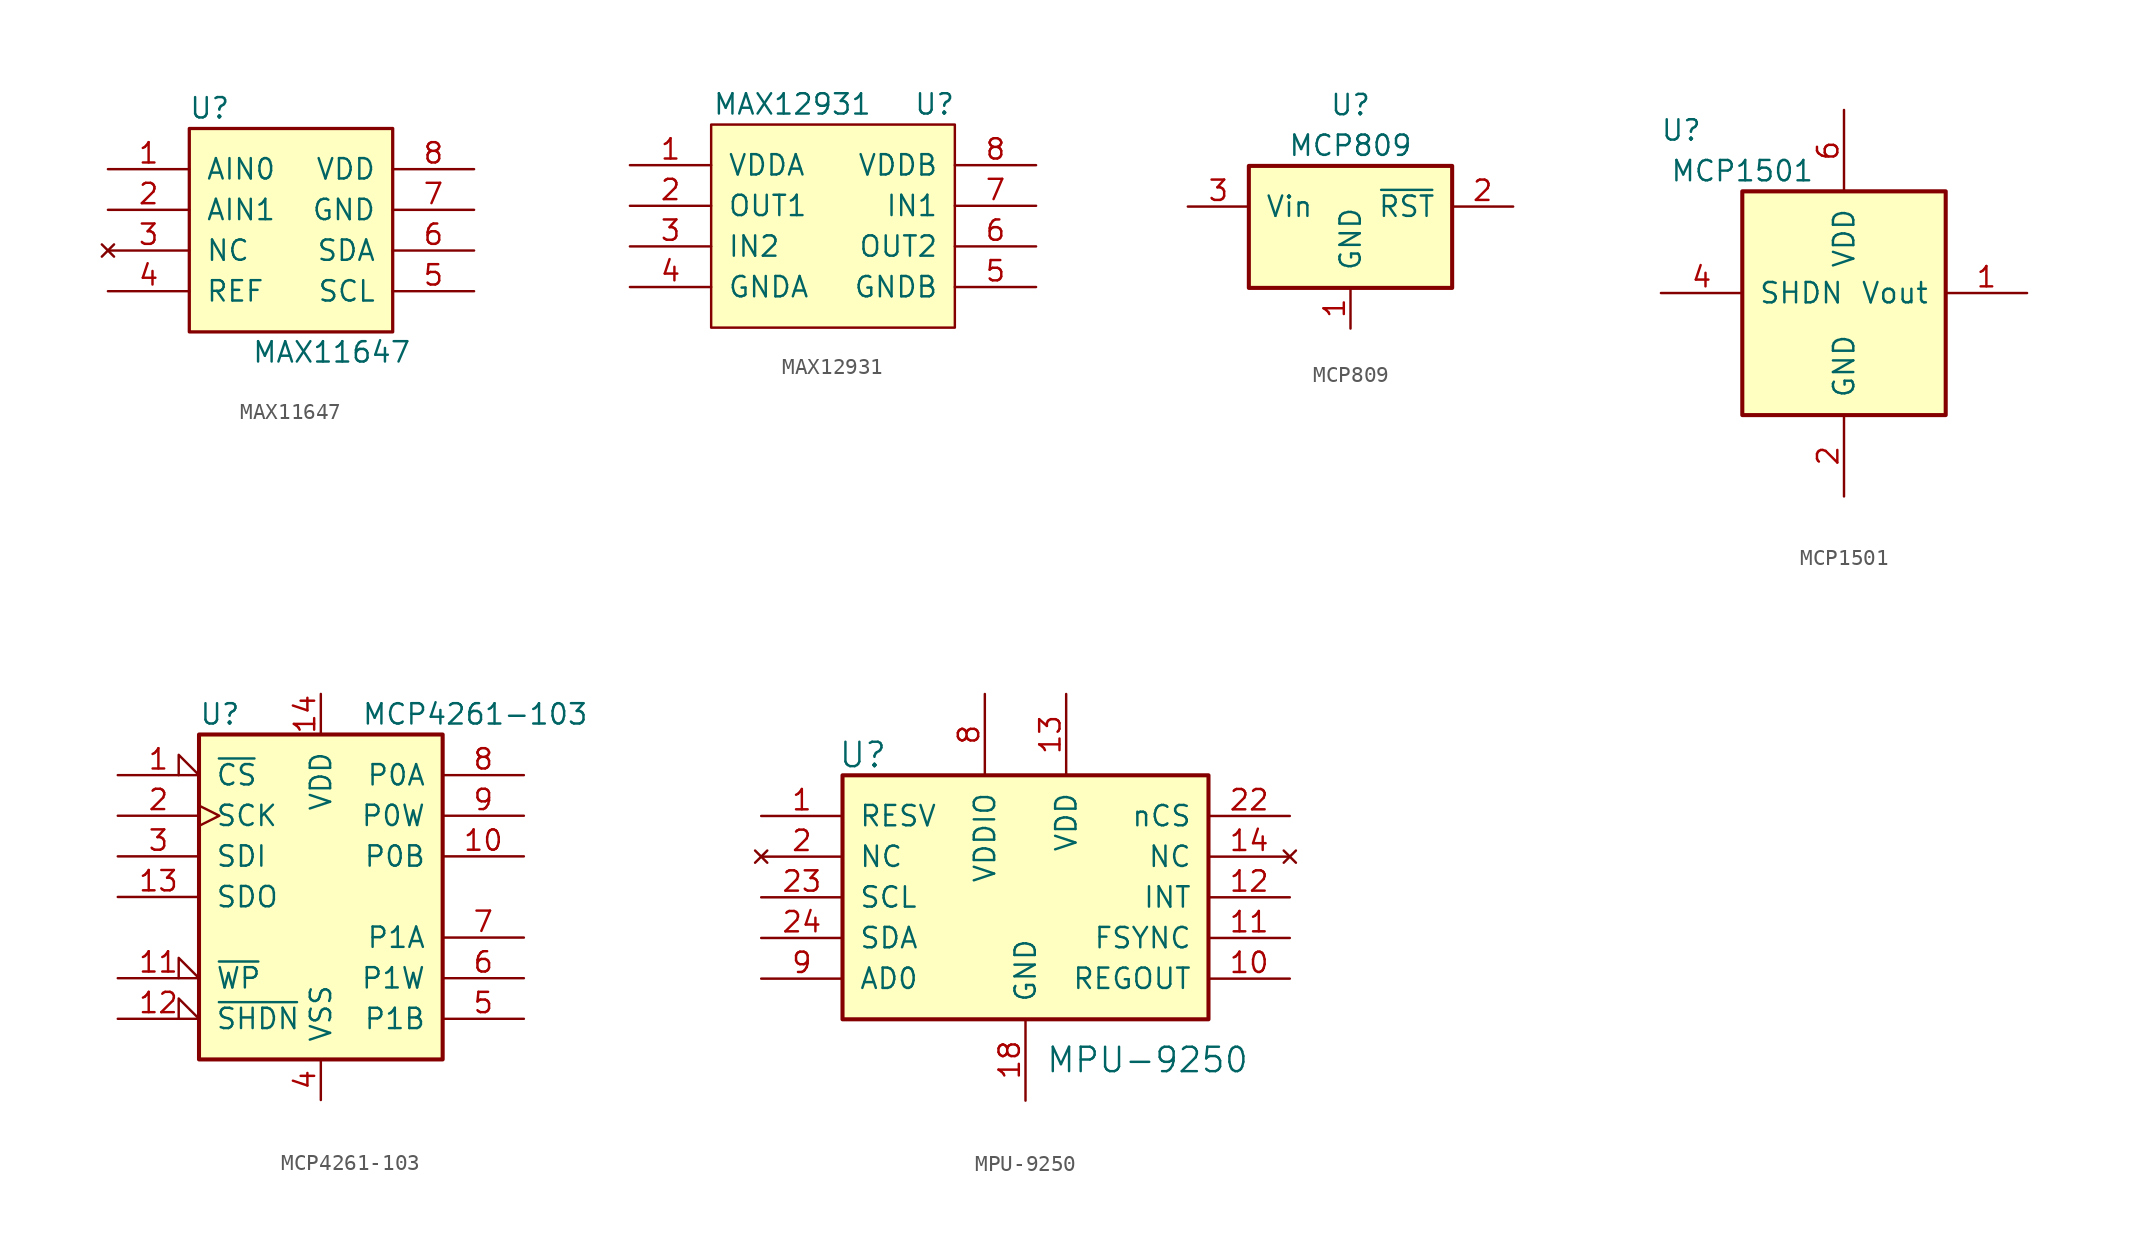
<source format=kicad_sym>
(kicad_symbol_lib
  (version 20211014)
  (generator kicad_symbol_editor)
  (symbol "MAX11647"
    (pin_names
      (offset 1.016))
    (property "Reference" "U"
      (at -5.08 7.62 0)
      (effects (font (size 1.27 1.27))))
    (property "Value" "MAX11647"
      (at 2.54 -7.62 0)
      (effects (font (size 1.27 1.27))))
    (symbol "MAX11647_0_1"
      (rectangle (start -6.35 6.35) (end 6.35 -6.35) (stroke (width 0.203) (type default) (color 0 0 0 0)) (fill (type background))))
    (symbol "MAX11647_1_1"
      (pin input line (at -11.43 3.81 0) (length 5.08) (name "AIN0" (effects (font (size 1.27 1.27)))) (number "1" (effects (font (size 1.27 1.27)))))
      (pin input line (at -11.43 1.27 0) (length 5.08) (name "AIN1" (effects (font (size 1.27 1.27)))) (number "2" (effects (font (size 1.27 1.27)))))
      (pin no_connect line (at -11.43 -1.27 0) (length 5.08) (name "NC" (effects (font (size 1.27 1.27)))) (number "3" (effects (font (size 1.27 1.27)))))
      (pin input line (at -11.43 -3.81 0) (length 5.08) (name "REF" (effects (font (size 1.27 1.27)))) (number "4" (effects (font (size 1.27 1.27)))))
      (pin input line (at 11.43 -3.81 180) (length 5.08) (name "SCL" (effects (font (size 1.27 1.27)))) (number "5" (effects (font (size 1.27 1.27)))))
      (pin input line (at 11.43 -1.27 180) (length 5.08) (name "SDA" (effects (font (size 1.27 1.27)))) (number "6" (effects (font (size 1.27 1.27)))))
      (pin input line (at 11.43 1.27 180) (length 5.08) (name "GND" (effects (font (size 1.27 1.27)))) (number "7" (effects (font (size 1.27 1.27)))))
      (pin input line (at 11.43 3.81 180) (length 5.08) (name "VDD" (effects (font (size 1.27 1.27)))) (number "8" (effects (font (size 1.27 1.27)))))))
  (symbol "MAX12931"
    (pin_names
      (offset 1.016))
    (property "Reference" "U"
      (at 6.35 7.62 0)
      (effects (font (size 1.27 1.27))))
    (property "Value" "MAX12931"
      (at -2.54 7.62 0)
      (effects (font (size 1.27 1.27))))
    (symbol "MAX12931_0_1"
      (rectangle (start -7.62 -6.35) (end 7.62 6.35) (stroke (width 0) (type default) (color 0 0 0 0)) (fill (type background))))
    (symbol "MAX12931_1_1"
      (pin input line (at -12.7 3.81 0) (length 5.08) (name "VDDA" (effects (font (size 1.27 1.27)))) (number "1" (effects (font (size 1.27 1.27)))))
      (pin output line (at -12.7 1.27 0) (length 5.08) (name "OUT1" (effects (font (size 1.27 1.27)))) (number "2" (effects (font (size 1.27 1.27)))))
      (pin input line (at -12.7 -1.27 0) (length 5.08) (name "IN2" (effects (font (size 1.27 1.27)))) (number "3" (effects (font (size 1.27 1.27)))))
      (pin power_in line (at -12.7 -3.81 0) (length 5.08) (name "GNDA" (effects (font (size 1.27 1.27)))) (number "4" (effects (font (size 1.27 1.27)))))
      (pin power_in line (at 12.7 -3.81 180) (length 5.08) (name "GNDB" (effects (font (size 1.27 1.27)))) (number "5" (effects (font (size 1.27 1.27)))))
      (pin output line (at 12.7 -1.27 180) (length 5.08) (name "OUT2" (effects (font (size 1.27 1.27)))) (number "6" (effects (font (size 1.27 1.27)))))
      (pin input line (at 12.7 1.27 180) (length 5.08) (name "IN1" (effects (font (size 1.27 1.27)))) (number "7" (effects (font (size 1.27 1.27)))))
      (pin power_out line (at 12.7 3.81 180) (length 5.08) (name "VDDB" (effects (font (size 1.27 1.27)))) (number "8" (effects (font (size 1.27 1.27)))))))
  (symbol "MCP809"
    (pin_names
      (offset 1.016))
    (property "Reference" "U"
      (at 0 7.62 0)
      (effects (font (size 1.27 1.27))))
    (property "Value" "MCP809"
      (at 0 5.08 0)
      (effects (font (size 1.27 1.27))))
    (symbol "MCP809_1_1"
      (rectangle (start -6.35 3.81) (end 6.35 -3.81) (stroke (width 0.254) (type default) (color 0 0 0 0)) (fill (type background)))
      (pin power_in line (at 0 -6.35 90) (length 2.54) (name "GND" (effects (font (size 1.27 1.27)))) (number "1" (effects (font (size 1.27 1.27)))))
      (pin output line (at 10.16 1.27 180) (length 3.81) (name "~{RST}" (effects (font (size 1.27 1.27)))) (number "2" (effects (font (size 1.27 1.27)))))
      (pin power_in line (at -10.16 1.27 0) (length 3.81) (name "Vin" (effects (font (size 1.27 1.27)))) (number "3" (effects (font (size 1.27 1.27)))))))
  (symbol "MCP1501"
    (pin_names
      (offset 1.016))
    (property "Reference" "U"
      (at -10.16 10.16 0)
      (effects (font (size 1.27 1.27))))
    (property "Value" "MCP1501"
      (at -6.35 7.62 0)
      (effects (font (size 1.27 1.27))))
    (symbol "MCP1501_0_1"
      (rectangle (start 6.35 6.35) (end -6.35 -7.62) (stroke (width 0.254) (type default) (color 0 0 0 0)) (fill (type background))))
    (symbol "MCP1501_1_1"
      (pin output line (at 11.43 0 180) (length 5.08) (name "Vout" (effects (font (size 1.27 1.27)))) (number "1" (effects (font (size 1.27 1.27)))))
      (pin power_in line (at 0 -12.7 90) (length 5.08) (name "GND" (effects (font (size 1.27 1.27)))) (number "2" (effects (font (size 1.27 1.27)))))
      (pin passive line (at 0 -12.7 90) (length 5.08) hide (name "GND" (effects (font (size 1.27 1.27)))) (number "3" (effects (font (size 1.27 1.27)))))
      (pin input line (at -11.43 0 0) (length 5.08) (name "SHDN" (effects (font (size 1.27 1.27)))) (number "4" (effects (font (size 1.27 1.27)))))
      (pin passive line (at 0 -12.7 90) (length 5.08) hide (name "GND" (effects (font (size 1.27 1.27)))) (number "5" (effects (font (size 1.27 1.27)))))
      (pin input line (at 0 11.43 270) (length 5.08) (name "VDD" (effects (font (size 1.27 1.27)))) (number "6" (effects (font (size 1.27 1.27)))))))
  (symbol "MCP4261-103"
    (pin_names
      (offset 1.016))
    (property "Reference" "U"
      (at -7.62 11.43 0)
      (effects (font (size 1.27 1.27)) (justify left)))
    (property "Value" "MCP4261-103"
      (at 2.54 11.43 0)
      (effects (font (size 1.27 1.27)) (justify left)))
    (symbol "MCP4261-103_0_1"
      (rectangle (start -7.62 10.16) (end 7.62 -10.16) (stroke (width 0.254) (type default) (color 0 0 0 0)) (fill (type background))))
    (symbol "MCP4261-103_1_1"
      (pin input input_low (at -12.7 7.62 0) (length 5.08) (name "~{CS}" (effects (font (size 1.27 1.27)))) (number "1" (effects (font (size 1.27 1.27)))))
      (pin passive line (at 12.7 2.54 180) (length 5.08) (name "P0B" (effects (font (size 1.27 1.27)))) (number "10" (effects (font (size 1.27 1.27)))))
      (pin input input_low (at -12.7 -5.08 0) (length 5.08) (name "~{WP}" (effects (font (size 1.27 1.27)))) (number "11" (effects (font (size 1.27 1.27)))))
      (pin input input_low (at -12.7 -7.62 0) (length 5.08) (name "~{SHDN}" (effects (font (size 1.27 1.27)))) (number "12" (effects (font (size 1.27 1.27)))))
      (pin output line (at -12.7 0 0) (length 5.08) (name "SDO" (effects (font (size 1.27 1.27)))) (number "13" (effects (font (size 1.27 1.27)))))
      (pin power_in line (at 0 12.7 270) (length 2.54) (name "VDD" (effects (font (size 1.27 1.27)))) (number "14" (effects (font (size 1.27 1.27)))))
      (pin input clock (at -12.7 5.08 0) (length 5.08) (name "SCK" (effects (font (size 1.27 1.27)))) (number "2" (effects (font (size 1.27 1.27)))))
      (pin input line (at -12.7 2.54 0) (length 5.08) (name "SDI" (effects (font (size 1.27 1.27)))) (number "3" (effects (font (size 1.27 1.27)))))
      (pin power_in line (at 0 -12.7 90) (length 2.54) (name "VSS" (effects (font (size 1.27 1.27)))) (number "4" (effects (font (size 1.27 1.27)))))
      (pin passive line (at 12.7 -7.62 180) (length 5.08) (name "P1B" (effects (font (size 1.27 1.27)))) (number "5" (effects (font (size 1.27 1.27)))))
      (pin passive line (at 12.7 -5.08 180) (length 5.08) (name "P1W" (effects (font (size 1.27 1.27)))) (number "6" (effects (font (size 1.27 1.27)))))
      (pin passive line (at 12.7 -2.54 180) (length 5.08) (name "P1A" (effects (font (size 1.27 1.27)))) (number "7" (effects (font (size 1.27 1.27)))))
      (pin passive line (at 12.7 7.62 180) (length 5.08) (name "P0A" (effects (font (size 1.27 1.27)))) (number "8" (effects (font (size 1.27 1.27)))))
      (pin passive line (at 12.7 5.08 180) (length 5.08) (name "P0W" (effects (font (size 1.27 1.27)))) (number "9" (effects (font (size 1.27 1.27)))))))
  (symbol "MPU-9250"
    (pin_names
      (offset 1.016))
    (property "Reference" "U"
      (at -10.16 8.89 0)
      (effects (font (size 1.524 1.524))))
    (property "Value" "MPU-9250"
      (at 7.62 -10.16 0)
      (effects (font (size 1.524 1.524))))
    (symbol "MPU-9250_0_1"
      (rectangle (start -11.43 7.62) (end 11.43 -7.62) (stroke (width 0.254) (type default) (color 0 0 0 0)) (fill (type background))))
    (symbol "MPU-9250_1_1"
      (pin input line (at -16.51 5.08 0) (length 5.08) (name "RESV" (effects (font (size 1.27 1.27)))) (number "1" (effects (font (size 1.27 1.27)))))
      (pin input line (at 16.51 -5.08 180) (length 5.08) (name "REGOUT" (effects (font (size 1.27 1.27)))) (number "10" (effects (font (size 1.27 1.27)))))
      (pin input line (at 16.51 -2.54 180) (length 5.08) (name "FSYNC" (effects (font (size 1.27 1.27)))) (number "11" (effects (font (size 1.27 1.27)))))
      (pin input line (at 16.51 0 180) (length 5.08) (name "INT" (effects (font (size 1.27 1.27)))) (number "12" (effects (font (size 1.27 1.27)))))
      (pin power_in line (at 2.54 12.7 270) (length 5.08) (name "VDD" (effects (font (size 1.27 1.27)))) (number "13" (effects (font (size 1.27 1.27)))))
      (pin no_connect line (at 16.51 2.54 180) (length 5.08) (name "NC" (effects (font (size 1.27 1.27)))) (number "14" (effects (font (size 1.27 1.27)))))
      (pin no_connect line (at 16.51 2.54 180) (length 5.08) hide (name "NC" (effects (font (size 1.27 1.27)))) (number "15" (effects (font (size 1.27 1.27)))))
      (pin no_connect line (at 16.51 2.54 180) (length 5.08) hide (name "NC" (effects (font (size 1.27 1.27)))) (number "16" (effects (font (size 1.27 1.27)))))
      (pin no_connect line (at 16.51 2.54 180) (length 5.08) hide (name "NC" (effects (font (size 1.27 1.27)))) (number "17" (effects (font (size 1.27 1.27)))))
      (pin power_in line (at 0 -12.7 90) (length 5.08) (name "GND" (effects (font (size 1.27 1.27)))) (number "18" (effects (font (size 1.27 1.27)))))
      (pin no_connect line (at 16.51 2.54 180) (length 5.08) hide (name "RESV" (effects (font (size 1.27 1.27)))) (number "19" (effects (font (size 1.27 1.27)))))
      (pin no_connect line (at -16.51 2.54 0) (length 5.08) (name "NC" (effects (font (size 1.27 1.27)))) (number "2" (effects (font (size 1.27 1.27)))))
      (pin input line (at 0 -12.7 90) (length 5.08) hide (name "RESV" (effects (font (size 1.27 1.27)))) (number "20" (effects (font (size 1.27 1.27)))))
      (pin no_connect line (at 16.51 2.54 180) (length 5.08) hide (name "AUX_DA" (effects (font (size 1.27 1.27)))) (number "21" (effects (font (size 1.27 1.27)))))
      (pin input line (at 16.51 5.08 180) (length 5.08) (name "nCS" (effects (font (size 1.27 1.27)))) (number "22" (effects (font (size 1.27 1.27)))))
      (pin bidirectional line (at -16.51 0 0) (length 5.08) (name "SCL" (effects (font (size 1.27 1.27)))) (number "23" (effects (font (size 1.27 1.27)))))
      (pin bidirectional line (at -16.51 -2.54 0) (length 5.08) (name "SDA" (effects (font (size 1.27 1.27)))) (number "24" (effects (font (size 1.27 1.27)))))
      (pin no_connect line (at -16.51 2.54 0) (length 5.08) hide (name "~" (effects (font (size 1.27 1.27)))) (number "3" (effects (font (size 1.27 1.27)))))
      (pin no_connect line (at -16.51 2.54 0) (length 5.08) hide (name "~" (effects (font (size 1.27 1.27)))) (number "4" (effects (font (size 1.27 1.27)))))
      (pin no_connect line (at -16.51 2.54 0) (length 5.08) hide (name "~" (effects (font (size 1.27 1.27)))) (number "5" (effects (font (size 1.27 1.27)))))
      (pin no_connect line (at -16.51 2.54 0) (length 5.08) hide (name "~" (effects (font (size 1.27 1.27)))) (number "6" (effects (font (size 1.27 1.27)))))
      (pin no_connect line (at -16.51 2.54 0) (length 5.08) hide (name "AUX_CL" (effects (font (size 1.27 1.27)))) (number "7" (effects (font (size 1.27 1.27)))))
      (pin power_in line (at -2.54 12.7 270) (length 5.08) (name "VDDIO" (effects (font (size 1.27 1.27)))) (number "8" (effects (font (size 1.27 1.27)))))
      (pin input line (at -16.51 -5.08 0) (length 5.08) (name "AD0" (effects (font (size 1.27 1.27)))) (number "9" (effects (font (size 1.27 1.27))))))))
</source>
